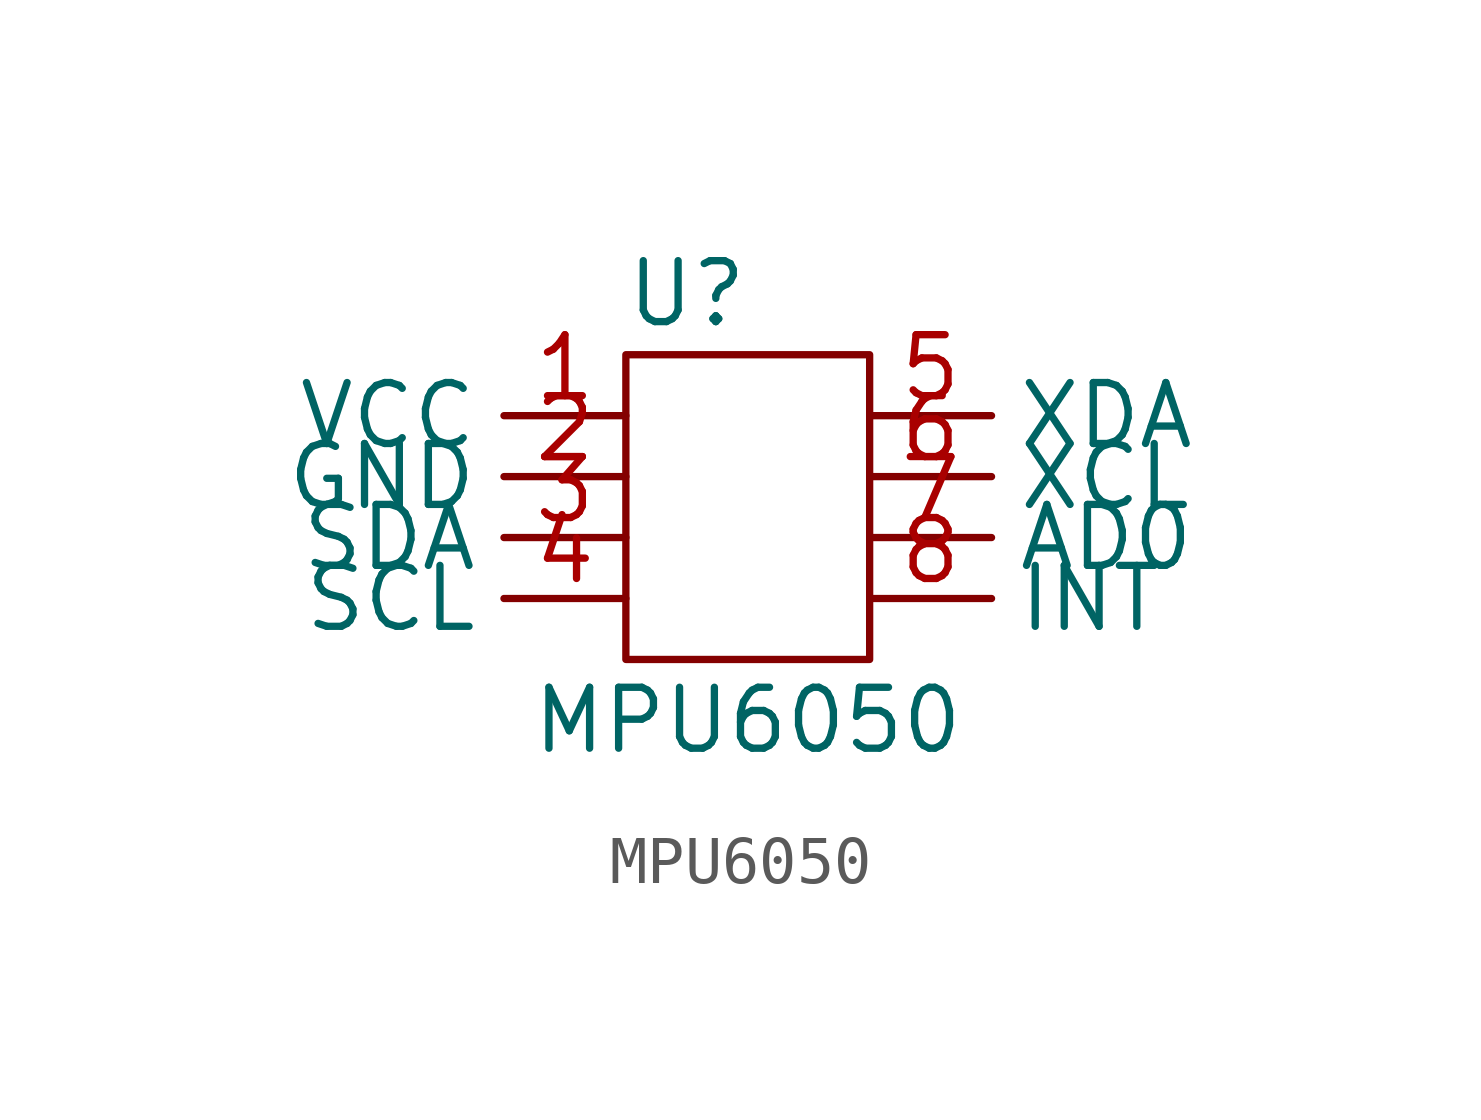
<source format=kicad_sym>
(kicad_symbol_lib
  (version 20211014)
  (generator kicad_symbol_editor)
  (symbol "MPU6050"
    (property "Reference" "U"
      (at -1.27 6.35 0)
      (effects (font (size 1.27 1.27))))
    (property "Value" "MPU6050"
      (at 0 -2.54 0)
      (effects (font (size 1.27 1.27))))
    (symbol "MPU6050_0_1"
      (rectangle (start 2.54 -1.27) (end -2.54 5.08) (stroke (width 0) (type default) (color 0 0 0 0)) (fill (type none))))
    (symbol "MPU6050_1_1"
      (pin input line (at -2.54 3.81 180) (length 2.54) (name "VCC" (effects (font (size 1.27 1.27)))) (number "1" (effects (font (size 1.27 1.27)))))
      (pin input line (at -2.54 2.54 180) (length 2.54) (name "GND" (effects (font (size 1.27 1.27)))) (number "2" (effects (font (size 1.27 1.27)))))
      (pin input line (at -2.54 1.27 180) (length 2.54) (name "SDA" (effects (font (size 1.27 1.27)))) (number "3" (effects (font (size 1.27 1.27)))))
      (pin input line (at -2.54 0 180) (length 2.54) (name "SCL" (effects (font (size 1.27 1.27)))) (number "4" (effects (font (size 1.27 1.27)))))
      (pin input line (at 2.54 3.81 0) (length 2.54) (name "XDA" (effects (font (size 1.27 1.27)))) (number "5" (effects (font (size 1.27 1.27)))))
      (pin input line (at 2.54 2.54 0) (length 2.54) (name "XCL" (effects (font (size 1.27 1.27)))) (number "6" (effects (font (size 1.27 1.27)))))
      (pin input line (at 2.54 1.27 0) (length 2.54) (name "AD0" (effects (font (size 1.27 1.27)))) (number "7" (effects (font (size 1.27 1.27)))))
      (pin input line (at 2.54 0 0) (length 2.54) (name "INT" (effects (font (size 1.27 1.27)))) (number "8" (effects (font (size 1.27 1.27))))))))
</source>
